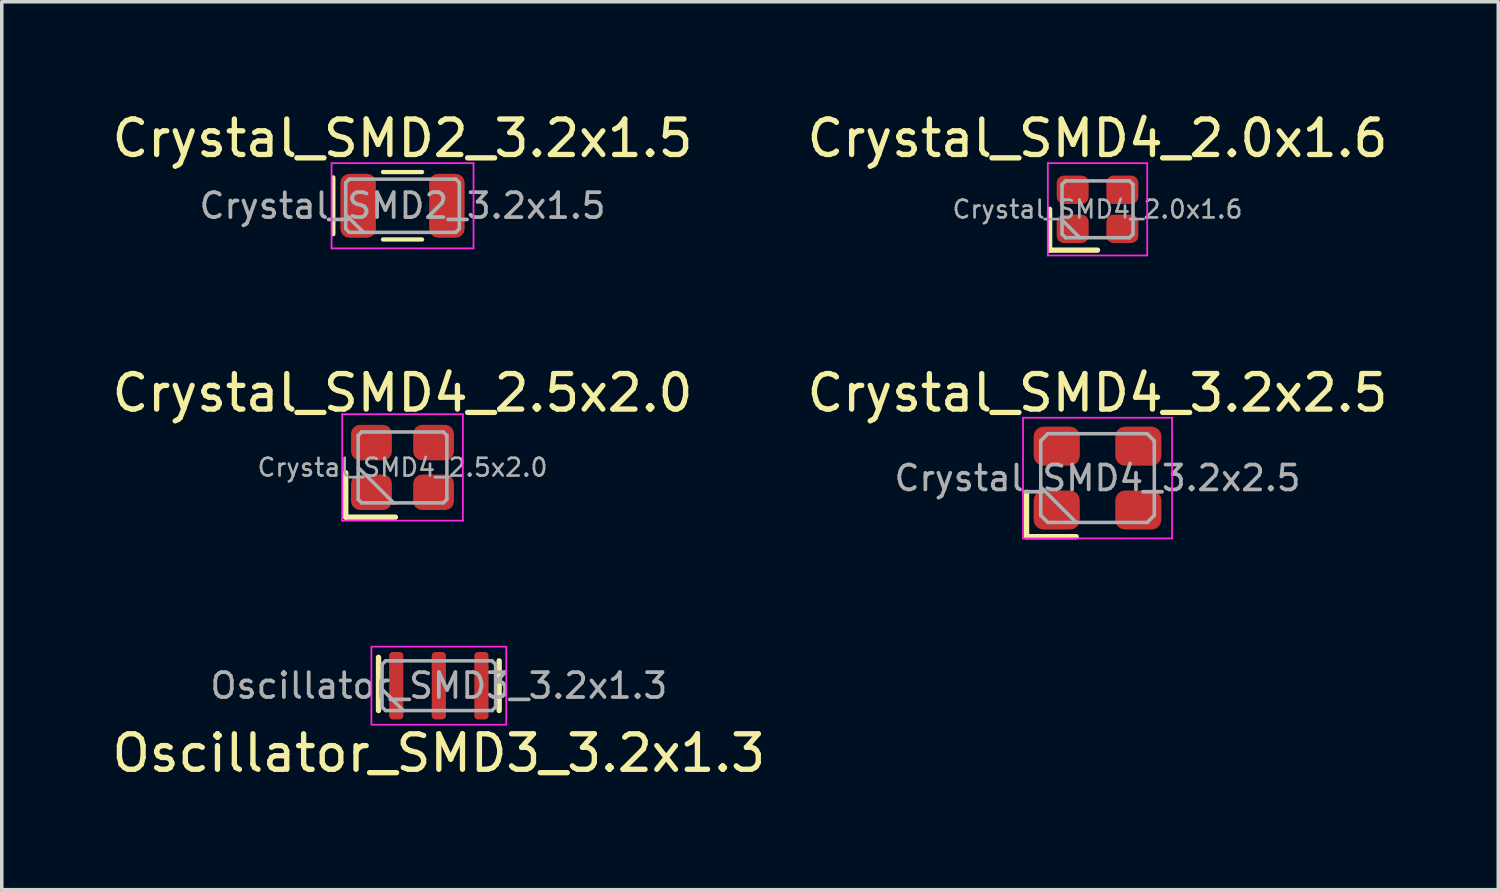
<source format=kicad_pcb>
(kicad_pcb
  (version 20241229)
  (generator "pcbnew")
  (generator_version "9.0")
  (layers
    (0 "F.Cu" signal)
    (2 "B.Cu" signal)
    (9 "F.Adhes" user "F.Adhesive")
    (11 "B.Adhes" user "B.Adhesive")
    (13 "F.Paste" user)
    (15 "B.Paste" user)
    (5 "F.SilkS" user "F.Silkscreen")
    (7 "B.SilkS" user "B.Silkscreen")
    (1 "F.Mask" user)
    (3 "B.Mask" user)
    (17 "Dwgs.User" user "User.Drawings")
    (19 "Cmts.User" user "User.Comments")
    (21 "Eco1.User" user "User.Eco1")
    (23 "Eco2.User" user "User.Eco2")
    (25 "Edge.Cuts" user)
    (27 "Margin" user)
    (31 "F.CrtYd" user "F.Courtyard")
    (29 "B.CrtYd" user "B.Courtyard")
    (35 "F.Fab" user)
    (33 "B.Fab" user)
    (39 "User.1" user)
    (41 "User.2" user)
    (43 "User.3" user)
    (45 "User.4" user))
  (footprint "Crystal_SMD4_3.2x2.5"
    (layer "F.Cu")
    (at 27.875 10.421)
    (property "Reference" "Crystal_SMD4_3.2x2.5" (at 0 -2.4 0) (unlocked yes) (layer "F.SilkS") (effects (font (size 1 1) (thickness 0.15))))
    (attr smd)
    (fp_line (start -2 0.4) (end -2 1.65) (stroke (width 0.15) (type solid)) (layer "F.SilkS"))
    (fp_line (start -2 1.65) (end -0.6 1.65) (stroke (width 0.15) (type solid)) (layer "F.SilkS"))
    (fp_line (start -2.1 -1.7) (end -2.1 1.7) (stroke (width 0.05) (type solid)) (layer "F.CrtYd"))
    (fp_line (start -2.1 1.7) (end 2.1 1.7) (stroke (width 0.05) (type solid)) (layer "F.CrtYd"))
    (fp_line (start 2.1 -1.7) (end -2.1 -1.7) (stroke (width 0.05) (type solid)) (layer "F.CrtYd"))
    (fp_line (start 2.1 1.7) (end 2.1 -1.7) (stroke (width 0.05) (type solid)) (layer "F.CrtYd"))
    (fp_line (start -1.6 -1.05) (end -1.4 -1.25) (stroke (width 0.1) (type solid)) (layer "F.Fab"))
    (fp_line (start -1.6 0.25) (end -0.6 1.25) (stroke (width 0.1) (type solid)) (layer "F.Fab"))
    (fp_line (start -1.6 1.05) (end -1.6 -1.05) (stroke (width 0.1) (type solid)) (layer "F.Fab"))
    (fp_line (start -1.4 -1.25) (end 1.4 -1.25) (stroke (width 0.1) (type solid)) (layer "F.Fab"))
    (fp_line (start -1.4 1.25) (end -1.6 1.05) (stroke (width 0.1) (type solid)) (layer "F.Fab"))
    (fp_line (start 1.4 -1.25) (end 1.6 -1.05) (stroke (width 0.1) (type solid)) (layer "F.Fab"))
    (fp_line (start 1.4 1.25) (end -1.4 1.25) (stroke (width 0.1) (type solid)) (layer "F.Fab"))
    (fp_line (start 1.6 -1.05) (end 1.6 1.05) (stroke (width 0.1) (type solid)) (layer "F.Fab"))
    (fp_line (start 1.6 1.05) (end 1.4 1.25) (stroke (width 0.1) (type solid)) (layer "F.Fab"))
    (fp_text user "${REFERENCE}" (at 0 0 0) (layer "F.Fab") (effects (font (size 0.7 0.7) (thickness 0.105))))
    (pad "1" smd roundrect (at -1.15 0.9) (size 1.3 1.1) (layers "F.Cu" "F.Mask" "F.Paste") (roundrect_rratio 0.25))
    (pad "2" smd roundrect (at 1.15 0.9) (size 1.3 1.1) (layers "F.Cu" "F.Mask" "F.Paste") (roundrect_rratio 0.25))
    (pad "3" smd roundrect (at 1.15 -0.9) (size 1.3 1.1) (layers "F.Cu" "F.Mask" "F.Paste") (roundrect_rratio 0.25))
    (pad "4" smd roundrect (at -1.15 -0.9) (size 1.3 1.1) (layers "F.Cu" "F.Mask" "F.Paste") (roundrect_rratio 0.25)))
  (footprint "Crystal_SMD2_3.2x1.5"
    (layer "F.Cu")
    (at 8.292 2.748)
    (property "Reference" "Crystal_SMD2_3.2x1.5" (at 0 -1.9 0) (unlocked yes) (layer "F.SilkS") (effects (font (size 1 1) (thickness 0.15))))
    (attr smd)
    (fp_line (start -1.95 -0.8) (end -1.95 0.8) (stroke (width 0.12) (type solid)) (layer "F.SilkS"))
    (fp_line (start -0.55 -0.95) (end 0.55 -0.95) (stroke (width 0.12) (type solid)) (layer "F.SilkS"))
    (fp_line (start -0.55 0.95) (end 0.55 0.95) (stroke (width 0.12) (type solid)) (layer "F.SilkS"))
    (fp_line (start -2 -1.2) (end -2 1.2) (stroke (width 0.05) (type solid)) (layer "F.CrtYd"))
    (fp_line (start -2 1.2) (end 2 1.2) (stroke (width 0.05) (type solid)) (layer "F.CrtYd"))
    (fp_line (start 2 -1.2) (end -2 -1.2) (stroke (width 0.05) (type solid)) (layer "F.CrtYd"))
    (fp_line (start 2 1.2) (end 2 -1.2) (stroke (width 0.05) (type solid)) (layer "F.CrtYd"))
    (fp_line (start -1.6 -0.65) (end -1.5 -0.75) (stroke (width 0.1) (type solid)) (layer "F.Fab"))
    (fp_line (start -1.6 0.25) (end -1.1 0.75) (stroke (width 0.1) (type solid)) (layer "F.Fab"))
    (fp_line (start -1.6 0.65) (end -1.6 -0.65) (stroke (width 0.1) (type solid)) (layer "F.Fab"))
    (fp_line (start -1.5 -0.75) (end 1.5 -0.75) (stroke (width 0.1) (type solid)) (layer "F.Fab"))
    (fp_line (start -1.5 0.75) (end -1.6 0.65) (stroke (width 0.1) (type solid)) (layer "F.Fab"))
    (fp_line (start 1.5 -0.75) (end 1.6 -0.65) (stroke (width 0.1) (type solid)) (layer "F.Fab"))
    (fp_line (start 1.5 0.75) (end -1.5 0.75) (stroke (width 0.1) (type solid)) (layer "F.Fab"))
    (fp_line (start 1.6 -0.65) (end 1.6 0.65) (stroke (width 0.1) (type solid)) (layer "F.Fab"))
    (fp_line (start 1.6 0.65) (end 1.5 0.75) (stroke (width 0.1) (type solid)) (layer "F.Fab"))
    (fp_text user "${REFERENCE}" (at 0 0 0) (layer "F.Fab") (effects (font (size 0.7 0.7) (thickness 0.105))))
    (pad "1" smd roundrect (at -1.25 0) (size 1 1.8) (layers "F.Cu" "F.Mask" "F.Paste") (roundrect_rratio 0.25))
    (pad "2" smd roundrect (at 1.25 0) (size 1 1.8) (layers "F.Cu" "F.Mask" "F.Paste") (roundrect_rratio 0.25)))
  (footprint "Crystal_SMD4_2.0x1.6"
    (layer "F.Cu")
    (at 27.875 2.848)
    (property "Reference" "Crystal_SMD4_2.0x1.6" (at 0 -2 0) (layer "F.SilkS") (effects (font (size 1 1) (thickness 0.15))))
    (attr smd)
    (fp_line (start -1.35 0) (end -1.35 1.15) (stroke (width 0.15) (type solid)) (layer "F.SilkS"))
    (fp_line (start -1.35 1.15) (end 0 1.15) (stroke (width 0.15) (type solid)) (layer "F.SilkS"))
    (fp_line (start -1.4 -1.3) (end -1.4 1.3) (stroke (width 0.05) (type solid)) (layer "F.CrtYd"))
    (fp_line (start -1.4 1.3) (end 1.4 1.3) (stroke (width 0.05) (type solid)) (layer "F.CrtYd"))
    (fp_line (start 1.4 -1.3) (end -1.4 -1.3) (stroke (width 0.05) (type solid)) (layer "F.CrtYd"))
    (fp_line (start 1.4 1.3) (end 1.4 -1.3) (stroke (width 0.05) (type solid)) (layer "F.CrtYd"))
    (fp_line (start -1 -0.7) (end -0.9 -0.8) (stroke (width 0.1) (type solid)) (layer "F.Fab"))
    (fp_line (start -1 0.3) (end -0.5 0.8) (stroke (width 0.1) (type solid)) (layer "F.Fab"))
    (fp_line (start -1 0.7) (end -1 -0.7) (stroke (width 0.1) (type solid)) (layer "F.Fab"))
    (fp_line (start -0.9 -0.8) (end 0.9 -0.8) (stroke (width 0.1) (type solid)) (layer "F.Fab"))
    (fp_line (start -0.9 0.8) (end -1 0.7) (stroke (width 0.1) (type solid)) (layer "F.Fab"))
    (fp_line (start 0.9 -0.8) (end 1 -0.7) (stroke (width 0.1) (type solid)) (layer "F.Fab"))
    (fp_line (start 0.9 0.8) (end -0.9 0.8) (stroke (width 0.1) (type solid)) (layer "F.Fab"))
    (fp_line (start 1 -0.7) (end 1 0.7) (stroke (width 0.1) (type solid)) (layer "F.Fab"))
    (fp_line (start 1 0.7) (end 0.9 0.8) (stroke (width 0.1) (type solid)) (layer "F.Fab"))
    (fp_text user "${REFERENCE}" (at 0 0 0) (layer "F.Fab") (effects (font (size 0.5 0.5) (thickness 0.075))))
    (pad "1" smd roundrect (at -0.7 0.55) (size 0.9 0.8) (layers "F.Cu" "F.Mask" "F.Paste") (roundrect_rratio 0.25))
    (pad "2" smd roundrect (at 0.7 0.55) (size 0.9 0.8) (layers "F.Cu" "F.Mask" "F.Paste") (roundrect_rratio 0.25))
    (pad "3" smd roundrect (at 0.7 -0.55) (size 0.9 0.8) (layers "F.Cu" "F.Mask" "F.Paste") (roundrect_rratio 0.25))
    (pad "4" smd roundrect (at -0.7 -0.55) (size 0.9 0.8) (layers "F.Cu" "F.Mask" "F.Paste") (roundrect_rratio 0.25)))
  (footprint "Crystal_SMD4_2.5x2.0"
    (layer "F.Cu")
    (at 8.292 10.121)
    (property "Reference" "Crystal_SMD4_2.5x2.0" (at 0 -2.1 0) (unlocked yes) (layer "F.SilkS") (effects (font (size 1 1) (thickness 0.15))))
    (attr smd)
    (fp_line (start -1.6 0.15) (end -1.6 1.4) (stroke (width 0.15) (type solid)) (layer "F.SilkS"))
    (fp_line (start -1.6 1.4) (end -0.2 1.4) (stroke (width 0.15) (type solid)) (layer "F.SilkS"))
    (fp_line (start -1.7 -1.5) (end -1.7 1.5) (stroke (width 0.05) (type solid)) (layer "F.CrtYd"))
    (fp_line (start -1.7 1.5) (end 1.7 1.5) (stroke (width 0.05) (type solid)) (layer "F.CrtYd"))
    (fp_line (start 1.7 -1.5) (end -1.7 -1.5) (stroke (width 0.05) (type solid)) (layer "F.CrtYd"))
    (fp_line (start 1.7 1.5) (end 1.7 -1.5) (stroke (width 0.05) (type solid)) (layer "F.CrtYd"))
    (fp_line (start -1.25 -0.9) (end -1.15 -1) (stroke (width 0.1) (type solid)) (layer "F.Fab"))
    (fp_line (start -1.25 0) (end -0.25 1) (stroke (width 0.1) (type solid)) (layer "F.Fab"))
    (fp_line (start -1.25 0.9) (end -1.25 -0.9) (stroke (width 0.1) (type solid)) (layer "F.Fab"))
    (fp_line (start -1.15 -1) (end 1.15 -1) (stroke (width 0.1) (type solid)) (layer "F.Fab"))
    (fp_line (start -1.15 1) (end -1.25 0.9) (stroke (width 0.1) (type solid)) (layer "F.Fab"))
    (fp_line (start 1.15 -1) (end 1.25 -0.9) (stroke (width 0.1) (type solid)) (layer "F.Fab"))
    (fp_line (start 1.15 1) (end -1.15 1) (stroke (width 0.1) (type solid)) (layer "F.Fab"))
    (fp_line (start 1.25 -0.9) (end 1.25 0.9) (stroke (width 0.1) (type solid)) (layer "F.Fab"))
    (fp_line (start 1.25 0.9) (end 1.15 1) (stroke (width 0.1) (type solid)) (layer "F.Fab"))
    (fp_text user "${REFERENCE}" (at 0 0 0) (layer "F.Fab") (effects (font (size 0.5 0.5) (thickness 0.075))))
    (pad "1" smd roundrect (at -0.875 0.7) (size 1.15 1) (layers "F.Cu" "F.Mask" "F.Paste") (roundrect_rratio 0.25))
    (pad "2" smd roundrect (at 0.875 0.7) (size 1.15 1) (layers "F.Cu" "F.Mask" "F.Paste") (roundrect_rratio 0.25))
    (pad "3" smd roundrect (at 0.875 -0.7) (size 1.15 1) (layers "F.Cu" "F.Mask" "F.Paste") (roundrect_rratio 0.25))
    (pad "4" smd roundrect (at -0.875 -0.7) (size 1.15 1) (layers "F.Cu" "F.Mask" "F.Paste") (roundrect_rratio 0.25)))
  (footprint "Oscillator_SMD3_3.2x1.3"
    (layer "F.Cu")
    (at 9.315 16.271)
    (property "Reference" "Oscillator_SMD3_3.2x1.3" (at 0 1.9 0) (unlocked yes) (layer "F.SilkS") (effects (font (size 1 1) (thickness 0.15))))
    (attr smd)
    (fp_line (start -1.7 0.7) (end -1.7 -0.8) (stroke (width 0.15) (type solid)) (layer "F.SilkS"))
    (fp_line (start 1.7 0.7) (end 1.7 -0.7) (stroke (width 0.15) (type solid)) (layer "F.SilkS"))
    (fp_rect (start -1.9 -1.1) (end 1.9 1.1) (stroke (width 0.05) (type solid)) (fill no) (layer "F.CrtYd"))
    (fp_line (start -1.6 0.1) (end -1 0.7) (stroke (width 0.1) (type solid)) (layer "F.Fab"))
    (fp_line (start -1.6 0.6) (end -1.6 -0.6) (stroke (width 0.1) (type solid)) (layer "F.Fab"))
    (fp_line (start -1.5 -0.7) (end -1.6 -0.6) (stroke (width 0.1) (type solid)) (layer "F.Fab"))
    (fp_line (start -1.5 -0.7) (end 1.5 -0.7) (stroke (width 0.1) (type solid)) (layer "F.Fab"))
    (fp_line (start -1.5 0.7) (end -1.6 0.6) (stroke (width 0.1) (type solid)) (layer "F.Fab"))
    (fp_line (start 1.5 -0.7) (end 1.6 -0.6) (stroke (width 0.1) (type solid)) (layer "F.Fab"))
    (fp_line (start 1.5 0.7) (end -1.5 0.7) (stroke (width 0.1) (type solid)) (layer "F.Fab"))
    (fp_line (start 1.5 0.7) (end 1.6 0.6) (stroke (width 0.1) (type solid)) (layer "F.Fab"))
    (fp_line (start 1.6 -0.6) (end 1.6 0.6) (stroke (width 0.1) (type solid)) (layer "F.Fab"))
    (fp_text user "${REFERENCE}" (at 0 0 0) (layer "F.Fab") (effects (font (size 0.7 0.7) (thickness 0.105))))
    (pad "1" smd roundrect (at -1.2 0) (size 0.4 1.9) (layers "F.Cu" "F.Mask" "F.Paste") (roundrect_rratio 0.25))
    (pad "2" smd roundrect (at 0 0) (size 0.4 1.9) (layers "F.Cu" "F.Mask" "F.Paste") (roundrect_rratio 0.25))
    (pad "3" smd roundrect (at 1.2 0) (size 0.4 1.9) (layers "F.Cu" "F.Mask" "F.Paste") (roundrect_rratio 0.25)))
  (gr_rect
    (start -3 -3)
    (end 39.167 22.02)
    (stroke (width 0.1) (type default))
    (fill no)
    (layer "Edge.Cuts")))
</source>
